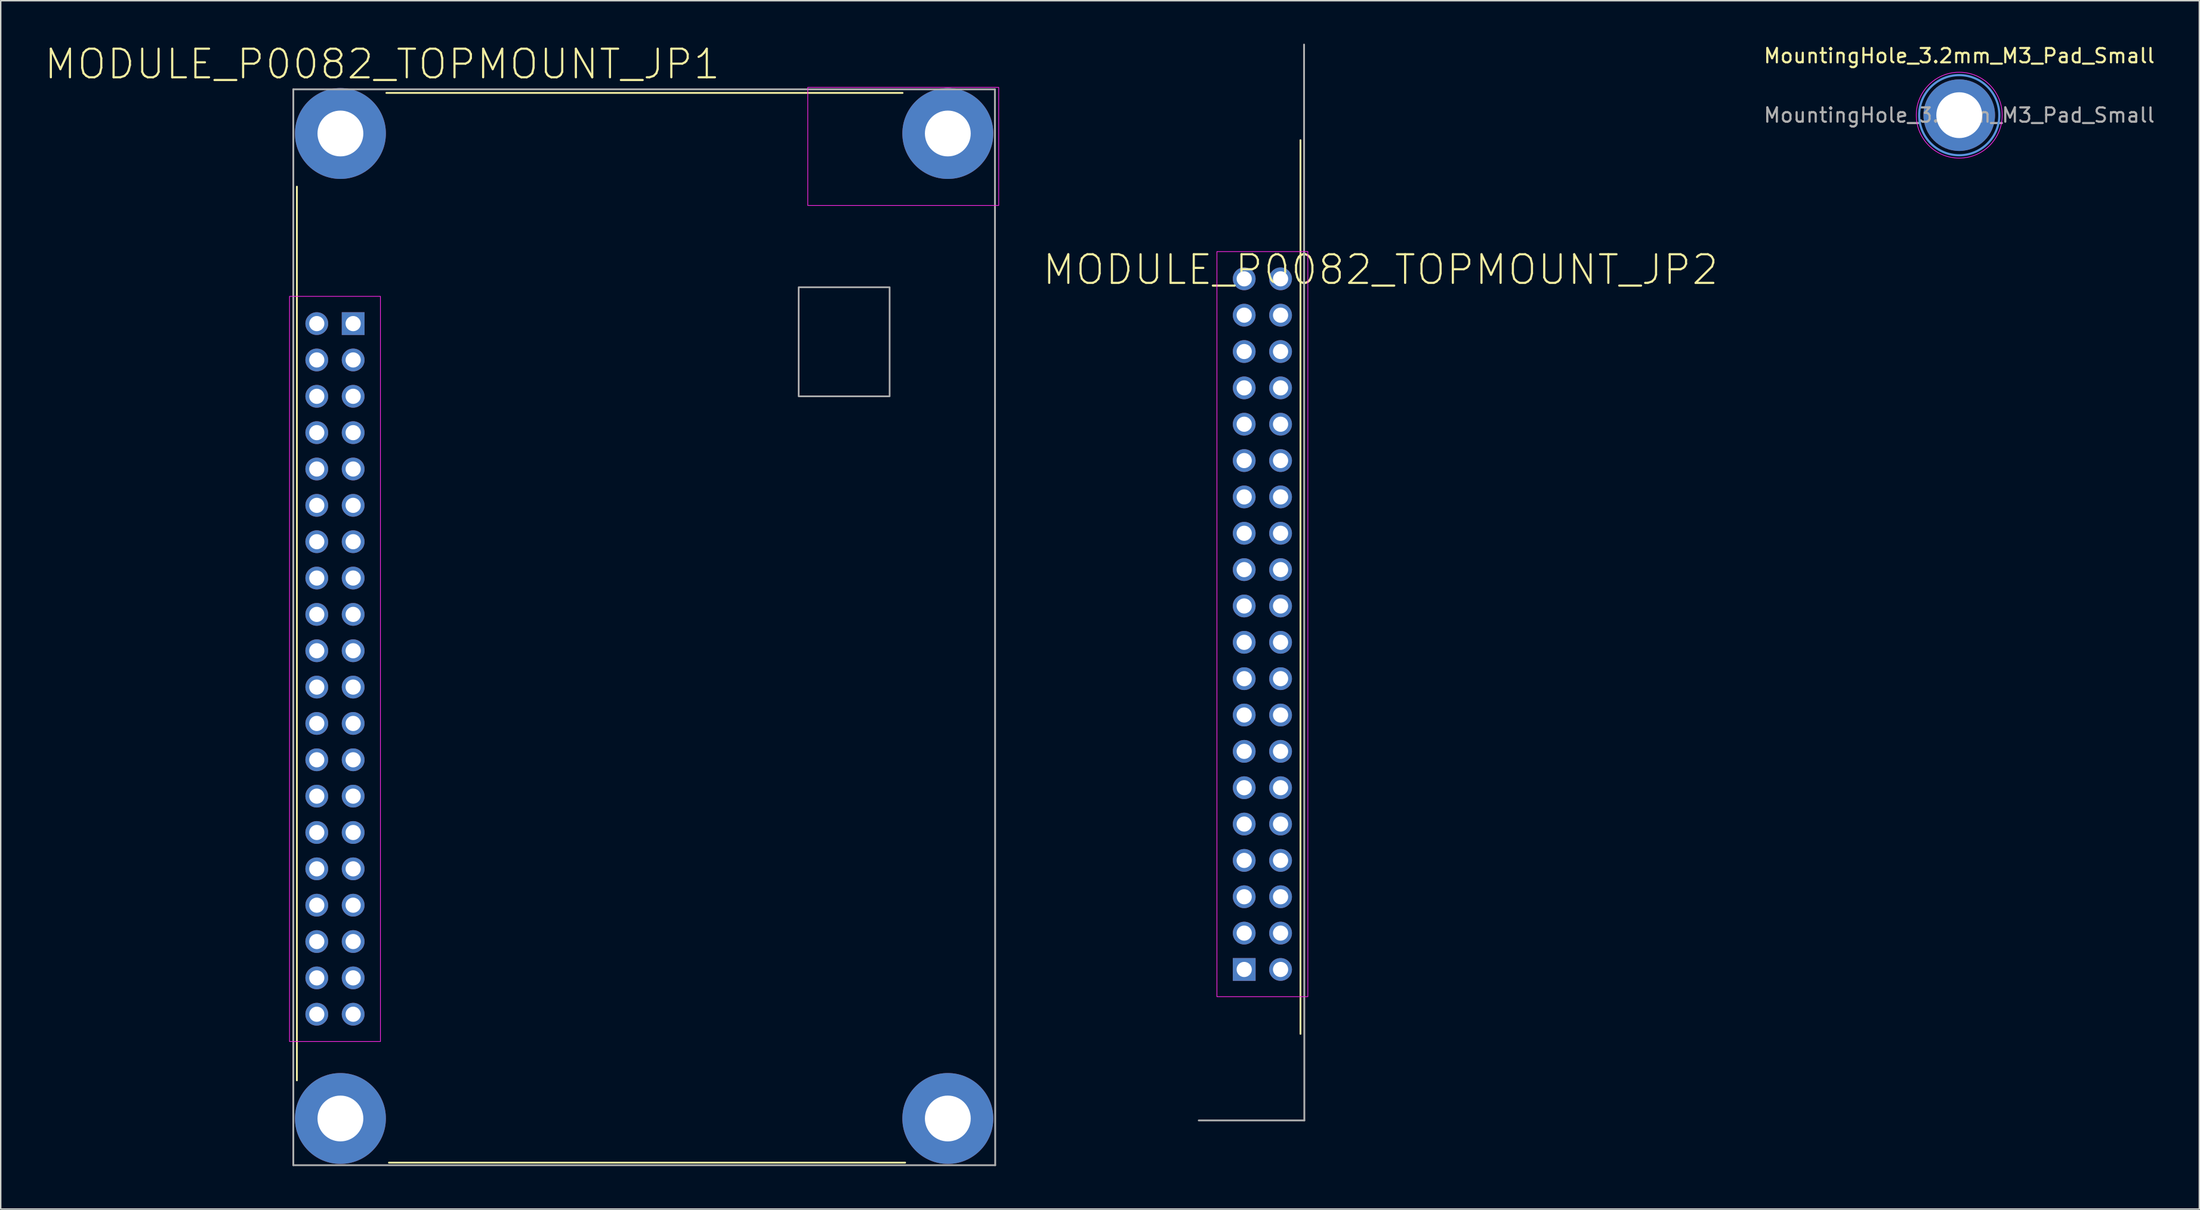
<source format=kicad_pcb>
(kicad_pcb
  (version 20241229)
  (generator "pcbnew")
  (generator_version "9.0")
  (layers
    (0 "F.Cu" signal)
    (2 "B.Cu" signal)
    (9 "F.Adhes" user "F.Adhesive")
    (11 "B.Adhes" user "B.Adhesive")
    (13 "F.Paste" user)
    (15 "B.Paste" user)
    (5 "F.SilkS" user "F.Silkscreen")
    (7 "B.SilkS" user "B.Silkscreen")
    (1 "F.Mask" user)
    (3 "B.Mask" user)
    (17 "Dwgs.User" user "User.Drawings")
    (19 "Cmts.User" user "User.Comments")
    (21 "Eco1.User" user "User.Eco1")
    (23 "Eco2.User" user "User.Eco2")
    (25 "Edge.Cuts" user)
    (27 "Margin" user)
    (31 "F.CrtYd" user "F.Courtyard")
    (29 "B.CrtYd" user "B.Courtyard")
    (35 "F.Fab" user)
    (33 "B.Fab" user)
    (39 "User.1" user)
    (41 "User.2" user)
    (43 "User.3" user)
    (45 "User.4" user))
  (footprint "MountingHole_3.2mm_M3_Pad_Small"
    (layer "F.Cu")
    (at 133.78 4.998)
    (property "Reference" "MountingHole_3.2mm_M3_Pad_Small" (at 0 -4.15 0) (layer "F.SilkS") (effects (font (size 1 1) (thickness 0.15))))
    (attr exclude_from_pos_files exclude_from_bom)
    (fp_circle (center 0 0) (end 2.8 0) (stroke (width 0.15) (type solid)) (fill no) (layer "Cmts.User"))
    (fp_circle (center 0 0) (end 3 0) (stroke (width 0.05) (type solid)) (fill no) (layer "F.CrtYd"))
    (fp_text user "${REFERENCE}" (at 0 0 0) (layer "F.Fab") (effects (font (size 1 1) (thickness 0.15))))
    (pad "1" thru_hole circle (at 0 0) (size 5 5) (drill 3.2) (layers "*.Cu" "*.Mask")))
  (footprint "MODULE_P0082_TOPMOUNT_JP1"
    (layer "F.Cu")
    (at 21.614 19.563)
    (property "Reference" "MODULE_P0082_TOPMOUNT_JP1" (at 2.03 -18.13 0) (layer "F.SilkS") (effects (font (size 2 2) (thickness 0.15))))
    (attr through_hole)
    (fp_line (start -3.93 -9.57) (end -3.93 52.88) (stroke (width 0.127) (type solid)) (layer "F.SilkS"))
    (fp_line (start 2.32 -16.12) (end 38.37 -16.12) (stroke (width 0.127) (type solid)) (layer "F.SilkS"))
    (fp_line (start 2.5 58.63) (end 38.55 58.63) (stroke (width 0.127) (type solid)) (layer "F.SilkS"))
    (fp_rect (start -4.445 -1.905) (end 1.905 50.165) (stroke (width 0.05) (type solid)) (fill no) (layer "F.CrtYd"))
    (fp_rect (start 45.085 -16.51) (end 31.75 -8.255) (stroke (width 0.05) (type solid)) (fill no) (layer "F.CrtYd"))
    (fp_line (start -4.18 -16.37) (end 44.82 -16.37) (stroke (width 0.127) (type solid)) (layer "F.Fab"))
    (fp_line (start -4.18 58.81) (end -4.18 -16.37) (stroke (width 0.127) (type solid)) (layer "F.Fab"))
    (fp_line (start 44.82 -16.37) (end 44.84 58.81) (stroke (width 0.127) (type solid)) (layer "F.Fab"))
    (fp_line (start 44.84 58.81) (end -4.18 58.81) (stroke (width 0.127) (type solid)) (layer "F.Fab"))
    (fp_rect (start 37.465 -2.54) (end 31.115 5.08) (stroke (width 0.12) (type solid)) (fill no) (layer "F.Fab"))
    (pad "JP1_1" thru_hole rect (at 0 0) (size 1.59 1.59) (drill 1.06) (layers "*.Cu" "*.Mask"))
    (pad "JP1_2" thru_hole circle (at -2.54 0) (size 1.59 1.59) (drill 1.06) (layers "*.Cu" "*.Mask"))
    (pad "JP1_3" thru_hole circle (at 0 2.54) (size 1.59 1.59) (drill 1.06) (layers "*.Cu" "*.Mask"))
    (pad "JP1_4" thru_hole circle (at -2.54 2.54) (size 1.59 1.59) (drill 1.06) (layers "*.Cu" "*.Mask"))
    (pad "JP1_5" thru_hole circle (at 0 5.08) (size 1.59 1.59) (drill 1.06) (layers "*.Cu" "*.Mask"))
    (pad "JP1_6" thru_hole circle (at -2.54 5.08) (size 1.59 1.59) (drill 1.06) (layers "*.Cu" "*.Mask"))
    (pad "JP1_7" thru_hole circle (at 0 7.62) (size 1.59 1.59) (drill 1.06) (layers "*.Cu" "*.Mask"))
    (pad "JP1_8" thru_hole circle (at -2.54 7.62) (size 1.59 1.59) (drill 1.06) (layers "*.Cu" "*.Mask"))
    (pad "JP1_9" thru_hole circle (at 0 10.16) (size 1.59 1.59) (drill 1.06) (layers "*.Cu" "*.Mask"))
    (pad "JP1_10" thru_hole circle (at -2.54 10.16) (size 1.59 1.59) (drill 1.06) (layers "*.Cu" "*.Mask"))
    (pad "JP1_11" thru_hole circle (at 0 12.7) (size 1.59 1.59) (drill 1.06) (layers "*.Cu" "*.Mask"))
    (pad "JP1_12" thru_hole circle (at -2.54 12.7) (size 1.59 1.59) (drill 1.06) (layers "*.Cu" "*.Mask"))
    (pad "JP1_13" thru_hole circle (at 0 15.24) (size 1.59 1.59) (drill 1.06) (layers "*.Cu" "*.Mask"))
    (pad "JP1_14" thru_hole circle (at -2.54 15.24) (size 1.59 1.59) (drill 1.06) (layers "*.Cu" "*.Mask"))
    (pad "JP1_15" thru_hole circle (at 0 17.78) (size 1.59 1.59) (drill 1.06) (layers "*.Cu" "*.Mask"))
    (pad "JP1_16" thru_hole circle (at -2.54 17.78) (size 1.59 1.59) (drill 1.06) (layers "*.Cu" "*.Mask"))
    (pad "JP1_17" thru_hole circle (at 0 20.32) (size 1.59 1.59) (drill 1.06) (layers "*.Cu" "*.Mask"))
    (pad "JP1_18" thru_hole circle (at -2.54 20.32) (size 1.59 1.59) (drill 1.06) (layers "*.Cu" "*.Mask"))
    (pad "JP1_19" thru_hole circle (at 0 22.86) (size 1.59 1.59) (drill 1.06) (layers "*.Cu" "*.Mask"))
    (pad "JP1_20" thru_hole circle (at -2.54 22.86) (size 1.59 1.59) (drill 1.06) (layers "*.Cu" "*.Mask"))
    (pad "JP1_21" thru_hole circle (at 0 25.4) (size 1.59 1.59) (drill 1.06) (layers "*.Cu" "*.Mask"))
    (pad "JP1_22" thru_hole circle (at -2.54 25.4) (size 1.59 1.59) (drill 1.06) (layers "*.Cu" "*.Mask"))
    (pad "JP1_23" thru_hole circle (at 0 27.94) (size 1.59 1.59) (drill 1.06) (layers "*.Cu" "*.Mask"))
    (pad "JP1_24" thru_hole circle (at -2.54 27.94) (size 1.59 1.59) (drill 1.06) (layers "*.Cu" "*.Mask"))
    (pad "JP1_25" thru_hole circle (at 0 30.48) (size 1.59 1.59) (drill 1.06) (layers "*.Cu" "*.Mask"))
    (pad "JP1_26" thru_hole circle (at -2.54 30.48) (size 1.59 1.59) (drill 1.06) (layers "*.Cu" "*.Mask"))
    (pad "JP1_27" thru_hole circle (at 0 33.02) (size 1.59 1.59) (drill 1.06) (layers "*.Cu" "*.Mask"))
    (pad "JP1_28" thru_hole circle (at -2.54 33.02) (size 1.59 1.59) (drill 1.06) (layers "*.Cu" "*.Mask"))
    (pad "JP1_29" thru_hole circle (at 0 35.56) (size 1.59 1.59) (drill 1.06) (layers "*.Cu" "*.Mask"))
    (pad "JP1_30" thru_hole circle (at -2.54 35.56) (size 1.59 1.59) (drill 1.06) (layers "*.Cu" "*.Mask"))
    (pad "JP1_31" thru_hole circle (at 0 38.1) (size 1.59 1.59) (drill 1.06) (layers "*.Cu" "*.Mask"))
    (pad "JP1_32" thru_hole circle (at -2.54 38.1) (size 1.59 1.59) (drill 1.06) (layers "*.Cu" "*.Mask"))
    (pad "JP1_33" thru_hole circle (at 0 40.64) (size 1.59 1.59) (drill 1.06) (layers "*.Cu" "*.Mask"))
    (pad "JP1_34" thru_hole circle (at -2.54 40.64) (size 1.59 1.59) (drill 1.06) (layers "*.Cu" "*.Mask"))
    (pad "JP1_35" thru_hole circle (at 0 43.18) (size 1.59 1.59) (drill 1.06) (layers "*.Cu" "*.Mask"))
    (pad "JP1_36" thru_hole circle (at -2.54 43.18) (size 1.59 1.59) (drill 1.06) (layers "*.Cu" "*.Mask"))
    (pad "JP1_37" thru_hole circle (at 0 45.72) (size 1.59 1.59) (drill 1.06) (layers "*.Cu" "*.Mask"))
    (pad "JP1_38" thru_hole circle (at -2.54 45.72) (size 1.59 1.59) (drill 1.06) (layers "*.Cu" "*.Mask"))
    (pad "JP1_39" thru_hole circle (at 0 48.26) (size 1.59 1.59) (drill 1.06) (layers "*.Cu" "*.Mask"))
    (pad "JP1_40" thru_hole circle (at -2.54 48.26) (size 1.59 1.59) (drill 1.06) (layers "*.Cu" "*.Mask"))
    (pad "S1" thru_hole circle (at -0.89 -13.285) (size 6.35 6.35) (drill 3.2) (layers "*.Cu" "*.Mask"))
    (pad "S2" thru_hole circle (at 41.53 -13.285) (size 6.35 6.35) (drill 3.2) (layers "*.Cu" "*.Mask"))
    (pad "S3" thru_hole circle (at -0.89 55.545) (size 6.35 6.35) (drill 3.2) (layers "*.Cu" "*.Mask"))
    (pad "S4" thru_hole circle (at 41.53 55.545) (size 6.35 6.35) (drill 3.2) (layers "*.Cu" "*.Mask")))
  (footprint "MODULE_P0082_TOPMOUNT_JP2"
    (layer "F.Cu")
    (at 83.843 64.694)
    (property "Reference" "MODULE_P0082_TOPMOUNT_JP2" (at 9.525 -48.895 0) (layer "F.SilkS") (effects (font (size 2 2) (thickness 0.15))))
    (attr through_hole)
    (fp_line (start 3.93 -57.95) (end 3.93 4.5) (stroke (width 0.127) (type solid)) (layer "F.SilkS"))
    (fp_rect (start -1.905 -50.165) (end 4.445 1.905) (stroke (width 0.05) (type solid)) (fill no) (layer "F.CrtYd"))
    (fp_line (start 4.18 -64.63) (end 4.2 10.55) (stroke (width 0.127) (type solid)) (layer "F.Fab"))
    (fp_line (start 4.2 10.55) (end -3.175 10.55) (stroke (width 0.127) (type solid)) (layer "F.Fab"))
    (pad "JP2_1" thru_hole rect (at 0 0) (size 1.59 1.59) (drill 1.06) (layers "*.Cu" "*.Mask"))
    (pad "JP2_2" thru_hole circle (at 2.54 0) (size 1.59 1.59) (drill 1.06) (layers "*.Cu" "*.Mask"))
    (pad "JP2_3" thru_hole circle (at 0 -2.54) (size 1.59 1.59) (drill 1.06) (layers "*.Cu" "*.Mask"))
    (pad "JP2_4" thru_hole circle (at 2.54 -2.54) (size 1.59 1.59) (drill 1.06) (layers "*.Cu" "*.Mask"))
    (pad "JP2_5" thru_hole circle (at 0 -5.08) (size 1.59 1.59) (drill 1.06) (layers "*.Cu" "*.Mask"))
    (pad "JP2_6" thru_hole circle (at 2.54 -5.08) (size 1.59 1.59) (drill 1.06) (layers "*.Cu" "*.Mask"))
    (pad "JP2_7" thru_hole circle (at 0 -7.62) (size 1.59 1.59) (drill 1.06) (layers "*.Cu" "*.Mask"))
    (pad "JP2_8" thru_hole circle (at 2.54 -7.62) (size 1.59 1.59) (drill 1.06) (layers "*.Cu" "*.Mask"))
    (pad "JP2_9" thru_hole circle (at 0 -10.16) (size 1.59 1.59) (drill 1.06) (layers "*.Cu" "*.Mask"))
    (pad "JP2_10" thru_hole circle (at 2.54 -10.16) (size 1.59 1.59) (drill 1.06) (layers "*.Cu" "*.Mask"))
    (pad "JP2_11" thru_hole circle (at 0 -12.7) (size 1.59 1.59) (drill 1.06) (layers "*.Cu" "*.Mask"))
    (pad "JP2_12" thru_hole circle (at 2.54 -12.7) (size 1.59 1.59) (drill 1.06) (layers "*.Cu" "*.Mask"))
    (pad "JP2_13" thru_hole circle (at 0 -15.24) (size 1.59 1.59) (drill 1.06) (layers "*.Cu" "*.Mask"))
    (pad "JP2_14" thru_hole circle (at 2.54 -15.24) (size 1.59 1.59) (drill 1.06) (layers "*.Cu" "*.Mask"))
    (pad "JP2_15" thru_hole circle (at 0 -17.78) (size 1.59 1.59) (drill 1.06) (layers "*.Cu" "*.Mask"))
    (pad "JP2_16" thru_hole circle (at 2.54 -17.78) (size 1.59 1.59) (drill 1.06) (layers "*.Cu" "*.Mask"))
    (pad "JP2_17" thru_hole circle (at 0 -20.32) (size 1.59 1.59) (drill 1.06) (layers "*.Cu" "*.Mask"))
    (pad "JP2_18" thru_hole circle (at 2.54 -20.32) (size 1.59 1.59) (drill 1.06) (layers "*.Cu" "*.Mask"))
    (pad "JP2_19" thru_hole circle (at 0 -22.86) (size 1.59 1.59) (drill 1.06) (layers "*.Cu" "*.Mask"))
    (pad "JP2_20" thru_hole circle (at 2.54 -22.86) (size 1.59 1.59) (drill 1.06) (layers "*.Cu" "*.Mask"))
    (pad "JP2_21" thru_hole circle (at 0 -25.4) (size 1.59 1.59) (drill 1.06) (layers "*.Cu" "*.Mask"))
    (pad "JP2_22" thru_hole circle (at 2.54 -25.4) (size 1.59 1.59) (drill 1.06) (layers "*.Cu" "*.Mask"))
    (pad "JP2_23" thru_hole circle (at 0 -27.94) (size 1.59 1.59) (drill 1.06) (layers "*.Cu" "*.Mask"))
    (pad "JP2_24" thru_hole circle (at 2.54 -27.94) (size 1.59 1.59) (drill 1.06) (layers "*.Cu" "*.Mask"))
    (pad "JP2_25" thru_hole circle (at 0 -30.48) (size 1.59 1.59) (drill 1.06) (layers "*.Cu" "*.Mask"))
    (pad "JP2_26" thru_hole circle (at 2.54 -30.48) (size 1.59 1.59) (drill 1.06) (layers "*.Cu" "*.Mask"))
    (pad "JP2_27" thru_hole circle (at 0 -33.02) (size 1.59 1.59) (drill 1.06) (layers "*.Cu" "*.Mask"))
    (pad "JP2_28" thru_hole circle (at 2.54 -33.02) (size 1.59 1.59) (drill 1.06) (layers "*.Cu" "*.Mask"))
    (pad "JP2_29" thru_hole circle (at 0 -35.56) (size 1.59 1.59) (drill 1.06) (layers "*.Cu" "*.Mask"))
    (pad "JP2_30" thru_hole circle (at 2.54 -35.56) (size 1.59 1.59) (drill 1.06) (layers "*.Cu" "*.Mask"))
    (pad "JP2_31" thru_hole circle (at 0 -38.1) (size 1.59 1.59) (drill 1.06) (layers "*.Cu" "*.Mask"))
    (pad "JP2_32" thru_hole circle (at 2.54 -38.1) (size 1.59 1.59) (drill 1.06) (layers "*.Cu" "*.Mask"))
    (pad "JP2_33" thru_hole circle (at 0 -40.64) (size 1.59 1.59) (drill 1.06) (layers "*.Cu" "*.Mask"))
    (pad "JP2_34" thru_hole circle (at 2.54 -40.64) (size 1.59 1.59) (drill 1.06) (layers "*.Cu" "*.Mask"))
    (pad "JP2_35" thru_hole circle (at 0 -43.18) (size 1.59 1.59) (drill 1.06) (layers "*.Cu" "*.Mask"))
    (pad "JP2_36" thru_hole circle (at 2.54 -43.18) (size 1.59 1.59) (drill 1.06) (layers "*.Cu" "*.Mask"))
    (pad "JP2_37" thru_hole circle (at 0 -45.72) (size 1.59 1.59) (drill 1.06) (layers "*.Cu" "*.Mask"))
    (pad "JP2_38" thru_hole circle (at 2.54 -45.72) (size 1.59 1.59) (drill 1.06) (layers "*.Cu" "*.Mask"))
    (pad "JP2_39" thru_hole circle (at 0 -48.26) (size 1.59 1.59) (drill 1.06) (layers "*.Cu" "*.Mask"))
    (pad "JP2_40" thru_hole circle (at 2.54 -48.26) (size 1.59 1.59) (drill 1.06) (layers "*.Cu" "*.Mask")))
  (gr_rect
    (start -3 -3)
    (end 150.548 81.437)
    (stroke (width 0.1) (type default))
    (fill no)
    (layer "Edge.Cuts")))
</source>
